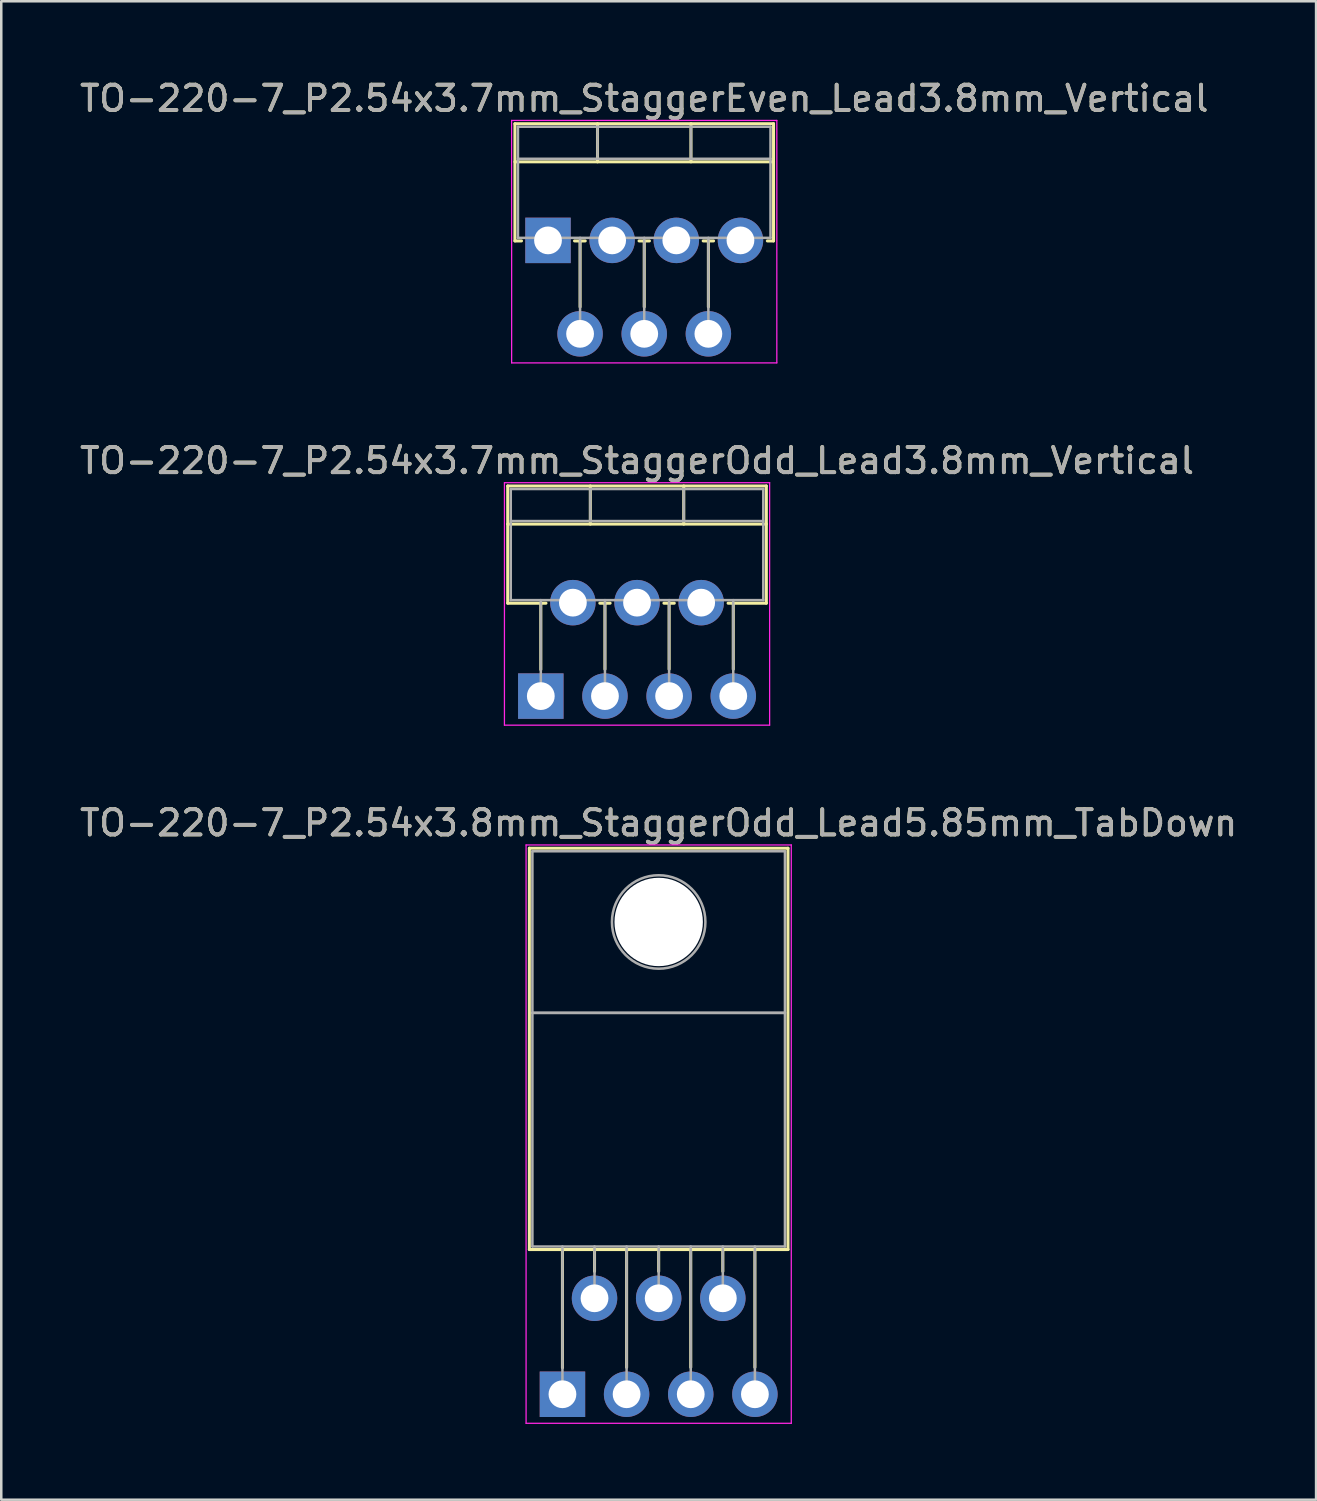
<source format=kicad_pcb>
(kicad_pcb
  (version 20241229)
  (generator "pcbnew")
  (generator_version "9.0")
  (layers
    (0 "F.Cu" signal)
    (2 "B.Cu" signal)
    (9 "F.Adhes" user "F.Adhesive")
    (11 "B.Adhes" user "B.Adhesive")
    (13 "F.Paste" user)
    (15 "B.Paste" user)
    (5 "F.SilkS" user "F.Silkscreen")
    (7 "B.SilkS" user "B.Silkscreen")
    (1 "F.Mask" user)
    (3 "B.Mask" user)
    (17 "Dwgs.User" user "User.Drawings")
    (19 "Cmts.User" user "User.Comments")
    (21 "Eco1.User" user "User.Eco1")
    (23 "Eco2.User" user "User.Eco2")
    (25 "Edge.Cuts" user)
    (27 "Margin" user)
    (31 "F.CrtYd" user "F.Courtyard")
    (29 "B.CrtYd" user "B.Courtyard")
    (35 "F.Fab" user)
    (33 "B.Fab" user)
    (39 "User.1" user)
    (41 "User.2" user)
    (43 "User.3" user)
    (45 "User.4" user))
  (footprint "TO-220-7_P2.54x3.7mm_StaggerEven_Lead3.8mm_Vertical"
    (layer "F.Cu")
    (at 18.648 6.468)
    (property "Reference" "TO-220-7_P2.54x3.7mm_StaggerEven_Lead3.8mm_Vertical" (at 3.81 -5.62 0) (layer "F.SilkS") (effects (font (size 1 1) (thickness 0.15))))
    (attr through_hole)
    (fp_line (start -1.31 -4.62) (end -1.31 0.021) (stroke (width 0.12) (type solid)) (layer "F.SilkS"))
    (fp_line (start -1.31 -4.62) (end 8.93 -4.62) (stroke (width 0.12) (type solid)) (layer "F.SilkS"))
    (fp_line (start -1.31 -3.111) (end 8.93 -3.111) (stroke (width 0.12) (type solid)) (layer "F.SilkS"))
    (fp_line (start -1.31 0.021) (end -1.05 0.021) (stroke (width 0.12) (type solid)) (layer "F.SilkS"))
    (fp_line (start 1.05 0.021) (end 1.475 0.021) (stroke (width 0.12) (type solid)) (layer "F.SilkS"))
    (fp_line (start 1.27 0.021) (end 1.27 2.635) (stroke (width 0.12) (type solid)) (layer "F.SilkS"))
    (fp_line (start 1.96 -4.62) (end 1.96 -3.111) (stroke (width 0.12) (type solid)) (layer "F.SilkS"))
    (fp_line (start 3.605 0.021) (end 4.016 0.021) (stroke (width 0.12) (type solid)) (layer "F.SilkS"))
    (fp_line (start 3.81 0.021) (end 3.81 2.635) (stroke (width 0.12) (type solid)) (layer "F.SilkS"))
    (fp_line (start 5.66 -4.62) (end 5.66 -3.111) (stroke (width 0.12) (type solid)) (layer "F.SilkS"))
    (fp_line (start 6.145 0.021) (end 6.555 0.021) (stroke (width 0.12) (type solid)) (layer "F.SilkS"))
    (fp_line (start 6.35 0.021) (end 6.35 2.635) (stroke (width 0.12) (type solid)) (layer "F.SilkS"))
    (fp_line (start 8.685 0.021) (end 8.93 0.021) (stroke (width 0.12) (type solid)) (layer "F.SilkS"))
    (fp_line (start 8.93 -4.62) (end 8.93 0.021) (stroke (width 0.12) (type solid)) (layer "F.SilkS"))
    (fp_line (start -1.44 -4.75) (end -1.44 4.85) (stroke (width 0.05) (type solid)) (layer "F.CrtYd"))
    (fp_line (start -1.44 4.85) (end 9.06 4.85) (stroke (width 0.05) (type solid)) (layer "F.CrtYd"))
    (fp_line (start 9.06 -4.75) (end -1.44 -4.75) (stroke (width 0.05) (type solid)) (layer "F.CrtYd"))
    (fp_line (start 9.06 4.85) (end 9.06 -4.75) (stroke (width 0.05) (type solid)) (layer "F.CrtYd"))
    (fp_line (start -1.19 -4.5) (end -1.19 -0.1) (stroke (width 0.1) (type solid)) (layer "F.Fab"))
    (fp_line (start -1.19 -3.23) (end 8.81 -3.23) (stroke (width 0.1) (type solid)) (layer "F.Fab"))
    (fp_line (start -1.19 -0.1) (end 8.81 -0.1) (stroke (width 0.1) (type solid)) (layer "F.Fab"))
    (fp_line (start 0 -0.1) (end 0 0) (stroke (width 0.1) (type solid)) (layer "F.Fab"))
    (fp_line (start 1.27 -0.1) (end 1.27 3.7) (stroke (width 0.1) (type solid)) (layer "F.Fab"))
    (fp_line (start 1.96 -4.5) (end 1.96 -3.23) (stroke (width 0.1) (type solid)) (layer "F.Fab"))
    (fp_line (start 2.54 -0.1) (end 2.54 0) (stroke (width 0.1) (type solid)) (layer "F.Fab"))
    (fp_line (start 3.81 -0.1) (end 3.81 3.7) (stroke (width 0.1) (type solid)) (layer "F.Fab"))
    (fp_line (start 5.08 -0.1) (end 5.08 0) (stroke (width 0.1) (type solid)) (layer "F.Fab"))
    (fp_line (start 5.66 -4.5) (end 5.66 -3.23) (stroke (width 0.1) (type solid)) (layer "F.Fab"))
    (fp_line (start 6.35 -0.1) (end 6.35 3.7) (stroke (width 0.1) (type solid)) (layer "F.Fab"))
    (fp_line (start 7.62 -0.1) (end 7.62 0) (stroke (width 0.1) (type solid)) (layer "F.Fab"))
    (fp_line (start 8.81 -4.5) (end -1.19 -4.5) (stroke (width 0.1) (type solid)) (layer "F.Fab"))
    (fp_line (start 8.81 -0.1) (end 8.81 -4.5) (stroke (width 0.1) (type solid)) (layer "F.Fab"))
    (fp_text user "${REFERENCE}" (at 3.81 -5.62 0) (layer "F.Fab") (effects (font (size 1 1) (thickness 0.15))))
    (pad "1" thru_hole rect (at 0 0) (size 1.8 1.8) (drill 1.1) (layers "*.Cu" "*.Mask"))
    (pad "2" thru_hole oval (at 1.27 3.7) (size 1.8 1.8) (drill 1.1) (layers "*.Cu" "*.Mask"))
    (pad "3" thru_hole oval (at 2.54 0) (size 1.8 1.8) (drill 1.1) (layers "*.Cu" "*.Mask"))
    (pad "4" thru_hole oval (at 3.81 3.7) (size 1.8 1.8) (drill 1.1) (layers "*.Cu" "*.Mask"))
    (pad "5" thru_hole oval (at 5.08 0) (size 1.8 1.8) (drill 1.1) (layers "*.Cu" "*.Mask"))
    (pad "6" thru_hole oval (at 6.35 3.7) (size 1.8 1.8) (drill 1.1) (layers "*.Cu" "*.Mask"))
    (pad "7" thru_hole oval (at 7.62 0) (size 1.8 1.8) (drill 1.1) (layers "*.Cu" "*.Mask")))
  (footprint "TO-220-7_P2.54x3.8mm_StaggerOdd_Lead5.85mm_TabDown"
    (layer "F.Cu")
    (at 19.22 52.155)
    (property "Reference" "TO-220-7_P2.54x3.8mm_StaggerOdd_Lead5.85mm_TabDown" (at 3.81 -22.62 0) (layer "F.SilkS") (effects (font (size 1 1) (thickness 0.15))))
    (attr through_hole)
    (fp_line (start -1.31 -21.62) (end -1.31 -5.73) (stroke (width 0.12) (type solid)) (layer "F.SilkS"))
    (fp_line (start -1.31 -21.62) (end 8.93 -21.62) (stroke (width 0.12) (type solid)) (layer "F.SilkS"))
    (fp_line (start -1.31 -5.73) (end 8.93 -5.73) (stroke (width 0.12) (type solid)) (layer "F.SilkS"))
    (fp_line (start 0 -5.73) (end 0 -1.05) (stroke (width 0.12) (type solid)) (layer "F.SilkS"))
    (fp_line (start 1.27 -5.73) (end 1.27 -4.866) (stroke (width 0.12) (type solid)) (layer "F.SilkS"))
    (fp_line (start 2.54 -5.73) (end 2.54 -1.065) (stroke (width 0.12) (type solid)) (layer "F.SilkS"))
    (fp_line (start 3.81 -5.73) (end 3.81 -4.866) (stroke (width 0.12) (type solid)) (layer "F.SilkS"))
    (fp_line (start 5.08 -5.73) (end 5.08 -1.065) (stroke (width 0.12) (type solid)) (layer "F.SilkS"))
    (fp_line (start 6.35 -5.73) (end 6.35 -4.866) (stroke (width 0.12) (type solid)) (layer "F.SilkS"))
    (fp_line (start 7.62 -5.73) (end 7.62 -1.065) (stroke (width 0.12) (type solid)) (layer "F.SilkS"))
    (fp_line (start 8.93 -21.62) (end 8.93 -5.73) (stroke (width 0.12) (type solid)) (layer "F.SilkS"))
    (fp_line (start -1.44 -21.75) (end -1.44 1.15) (stroke (width 0.05) (type solid)) (layer "F.CrtYd"))
    (fp_line (start -1.44 1.15) (end 9.06 1.15) (stroke (width 0.05) (type solid)) (layer "F.CrtYd"))
    (fp_line (start 9.06 -21.75) (end -1.44 -21.75) (stroke (width 0.05) (type solid)) (layer "F.CrtYd"))
    (fp_line (start 9.06 1.15) (end 9.06 -21.75) (stroke (width 0.05) (type solid)) (layer "F.CrtYd"))
    (fp_line (start -1.19 -21.5) (end 8.81 -21.5) (stroke (width 0.1) (type solid)) (layer "F.Fab"))
    (fp_line (start -1.19 -15.1) (end -1.19 -21.5) (stroke (width 0.1) (type solid)) (layer "F.Fab"))
    (fp_line (start -1.19 -15.1) (end 8.81 -15.1) (stroke (width 0.1) (type solid)) (layer "F.Fab"))
    (fp_line (start -1.19 -5.85) (end -1.19 -15.1) (stroke (width 0.1) (type solid)) (layer "F.Fab"))
    (fp_line (start 0 -5.85) (end 0 0) (stroke (width 0.1) (type solid)) (layer "F.Fab"))
    (fp_line (start 1.27 -5.85) (end 1.27 -3.8) (stroke (width 0.1) (type solid)) (layer "F.Fab"))
    (fp_line (start 2.54 -5.85) (end 2.54 0) (stroke (width 0.1) (type solid)) (layer "F.Fab"))
    (fp_line (start 3.81 -5.85) (end 3.81 -3.8) (stroke (width 0.1) (type solid)) (layer "F.Fab"))
    (fp_line (start 5.08 -5.85) (end 5.08 0) (stroke (width 0.1) (type solid)) (layer "F.Fab"))
    (fp_line (start 6.35 -5.85) (end 6.35 -3.8) (stroke (width 0.1) (type solid)) (layer "F.Fab"))
    (fp_line (start 7.62 -5.85) (end 7.62 0) (stroke (width 0.1) (type solid)) (layer "F.Fab"))
    (fp_line (start 8.81 -21.5) (end 8.81 -15.1) (stroke (width 0.1) (type solid)) (layer "F.Fab"))
    (fp_line (start 8.81 -15.1) (end -1.19 -15.1) (stroke (width 0.1) (type solid)) (layer "F.Fab"))
    (fp_line (start 8.81 -15.1) (end 8.81 -5.85) (stroke (width 0.1) (type solid)) (layer "F.Fab"))
    (fp_line (start 8.81 -5.85) (end -1.19 -5.85) (stroke (width 0.1) (type solid)) (layer "F.Fab"))
    (fp_circle (center 3.81 -18.7) (end 5.66 -18.7) (stroke (width 0.1) (type solid)) (fill no) (layer "F.Fab"))
    (fp_text user "${REFERENCE}" (at 3.81 -22.62 0) (layer "F.Fab") (effects (font (size 1 1) (thickness 0.15))))
    (pad "" np_thru_hole oval (at 3.81 -18.7) (size 3.5 3.5) (drill 3.5) (layers "*.Cu" "*.Mask"))
    (pad "1" thru_hole rect (at 0 0) (size 1.8 1.8) (drill 1.1) (layers "*.Cu" "*.Mask"))
    (pad "2" thru_hole oval (at 1.27 -3.8) (size 1.8 1.8) (drill 1.1) (layers "*.Cu" "*.Mask"))
    (pad "3" thru_hole oval (at 2.54 0) (size 1.8 1.8) (drill 1.1) (layers "*.Cu" "*.Mask"))
    (pad "4" thru_hole oval (at 3.81 -3.8) (size 1.8 1.8) (drill 1.1) (layers "*.Cu" "*.Mask"))
    (pad "5" thru_hole oval (at 5.08 0) (size 1.8 1.8) (drill 1.1) (layers "*.Cu" "*.Mask"))
    (pad "6" thru_hole oval (at 6.35 -3.8) (size 1.8 1.8) (drill 1.1) (layers "*.Cu" "*.Mask"))
    (pad "7" thru_hole oval (at 7.62 0) (size 1.8 1.8) (drill 1.1) (layers "*.Cu" "*.Mask")))
  (footprint "TO-220-7_P2.54x3.7mm_StaggerOdd_Lead3.8mm_Vertical"
    (layer "F.Cu")
    (at 18.363 24.512)
    (property "Reference" "TO-220-7_P2.54x3.7mm_StaggerOdd_Lead3.8mm_Vertical" (at 3.81 -9.32 0) (layer "F.SilkS") (effects (font (size 1 1) (thickness 0.15))))
    (attr through_hole)
    (fp_line (start -1.31 -8.32) (end -1.31 -3.679) (stroke (width 0.12) (type solid)) (layer "F.SilkS"))
    (fp_line (start -1.31 -8.32) (end 8.93 -8.32) (stroke (width 0.12) (type solid)) (layer "F.SilkS"))
    (fp_line (start -1.31 -6.811) (end 8.93 -6.811) (stroke (width 0.12) (type solid)) (layer "F.SilkS"))
    (fp_line (start -1.31 -3.679) (end 0.205 -3.679) (stroke (width 0.12) (type solid)) (layer "F.SilkS"))
    (fp_line (start 0 -3.679) (end 0 -1.049) (stroke (width 0.12) (type solid)) (layer "F.SilkS"))
    (fp_line (start 1.96 -8.32) (end 1.96 -6.811) (stroke (width 0.12) (type solid)) (layer "F.SilkS"))
    (fp_line (start 2.336 -3.679) (end 2.745 -3.679) (stroke (width 0.12) (type solid)) (layer "F.SilkS"))
    (fp_line (start 2.54 -3.679) (end 2.54 -1.065) (stroke (width 0.12) (type solid)) (layer "F.SilkS"))
    (fp_line (start 4.875 -3.679) (end 5.285 -3.679) (stroke (width 0.12) (type solid)) (layer "F.SilkS"))
    (fp_line (start 5.08 -3.679) (end 5.08 -1.065) (stroke (width 0.12) (type solid)) (layer "F.SilkS"))
    (fp_line (start 5.66 -8.32) (end 5.66 -6.811) (stroke (width 0.12) (type solid)) (layer "F.SilkS"))
    (fp_line (start 7.415 -3.679) (end 8.93 -3.679) (stroke (width 0.12) (type solid)) (layer "F.SilkS"))
    (fp_line (start 7.62 -3.679) (end 7.62 -1.065) (stroke (width 0.12) (type solid)) (layer "F.SilkS"))
    (fp_line (start 8.93 -8.32) (end 8.93 -3.679) (stroke (width 0.12) (type solid)) (layer "F.SilkS"))
    (fp_line (start -1.44 -8.45) (end -1.44 1.15) (stroke (width 0.05) (type solid)) (layer "F.CrtYd"))
    (fp_line (start -1.44 1.15) (end 9.06 1.15) (stroke (width 0.05) (type solid)) (layer "F.CrtYd"))
    (fp_line (start 9.06 -8.45) (end -1.44 -8.45) (stroke (width 0.05) (type solid)) (layer "F.CrtYd"))
    (fp_line (start 9.06 1.15) (end 9.06 -8.45) (stroke (width 0.05) (type solid)) (layer "F.CrtYd"))
    (fp_line (start -1.19 -8.2) (end -1.19 -3.8) (stroke (width 0.1) (type solid)) (layer "F.Fab"))
    (fp_line (start -1.19 -6.93) (end 8.81 -6.93) (stroke (width 0.1) (type solid)) (layer "F.Fab"))
    (fp_line (start -1.19 -3.8) (end 8.81 -3.8) (stroke (width 0.1) (type solid)) (layer "F.Fab"))
    (fp_line (start 0 -3.8) (end 0 0) (stroke (width 0.1) (type solid)) (layer "F.Fab"))
    (fp_line (start 1.27 -3.8) (end 1.27 -3.7) (stroke (width 0.1) (type solid)) (layer "F.Fab"))
    (fp_line (start 1.96 -8.2) (end 1.96 -6.93) (stroke (width 0.1) (type solid)) (layer "F.Fab"))
    (fp_line (start 2.54 -3.8) (end 2.54 0) (stroke (width 0.1) (type solid)) (layer "F.Fab"))
    (fp_line (start 3.81 -3.8) (end 3.81 -3.7) (stroke (width 0.1) (type solid)) (layer "F.Fab"))
    (fp_line (start 5.08 -3.8) (end 5.08 0) (stroke (width 0.1) (type solid)) (layer "F.Fab"))
    (fp_line (start 5.66 -8.2) (end 5.66 -6.93) (stroke (width 0.1) (type solid)) (layer "F.Fab"))
    (fp_line (start 6.35 -3.8) (end 6.35 -3.7) (stroke (width 0.1) (type solid)) (layer "F.Fab"))
    (fp_line (start 7.62 -3.8) (end 7.62 0) (stroke (width 0.1) (type solid)) (layer "F.Fab"))
    (fp_line (start 8.81 -8.2) (end -1.19 -8.2) (stroke (width 0.1) (type solid)) (layer "F.Fab"))
    (fp_line (start 8.81 -3.8) (end 8.81 -8.2) (stroke (width 0.1) (type solid)) (layer "F.Fab"))
    (fp_text user "${REFERENCE}" (at 3.81 -9.32 0) (layer "F.Fab") (effects (font (size 1 1) (thickness 0.15))))
    (pad "1" thru_hole rect (at 0 0) (size 1.8 1.8) (drill 1.1) (layers "*.Cu" "*.Mask"))
    (pad "2" thru_hole oval (at 1.27 -3.7) (size 1.8 1.8) (drill 1.1) (layers "*.Cu" "*.Mask"))
    (pad "3" thru_hole oval (at 2.54 0) (size 1.8 1.8) (drill 1.1) (layers "*.Cu" "*.Mask"))
    (pad "4" thru_hole oval (at 3.81 -3.7) (size 1.8 1.8) (drill 1.1) (layers "*.Cu" "*.Mask"))
    (pad "5" thru_hole oval (at 5.08 0) (size 1.8 1.8) (drill 1.1) (layers "*.Cu" "*.Mask"))
    (pad "6" thru_hole oval (at 6.35 -3.7) (size 1.8 1.8) (drill 1.1) (layers "*.Cu" "*.Mask"))
    (pad "7" thru_hole oval (at 7.62 0) (size 1.8 1.8) (drill 1.1) (layers "*.Cu" "*.Mask")))
  (gr_rect
    (start -3 -3)
    (end 49.06 56.33)
    (stroke (width 0.1) (type default))
    (fill no)
    (layer "Edge.Cuts")))
</source>
